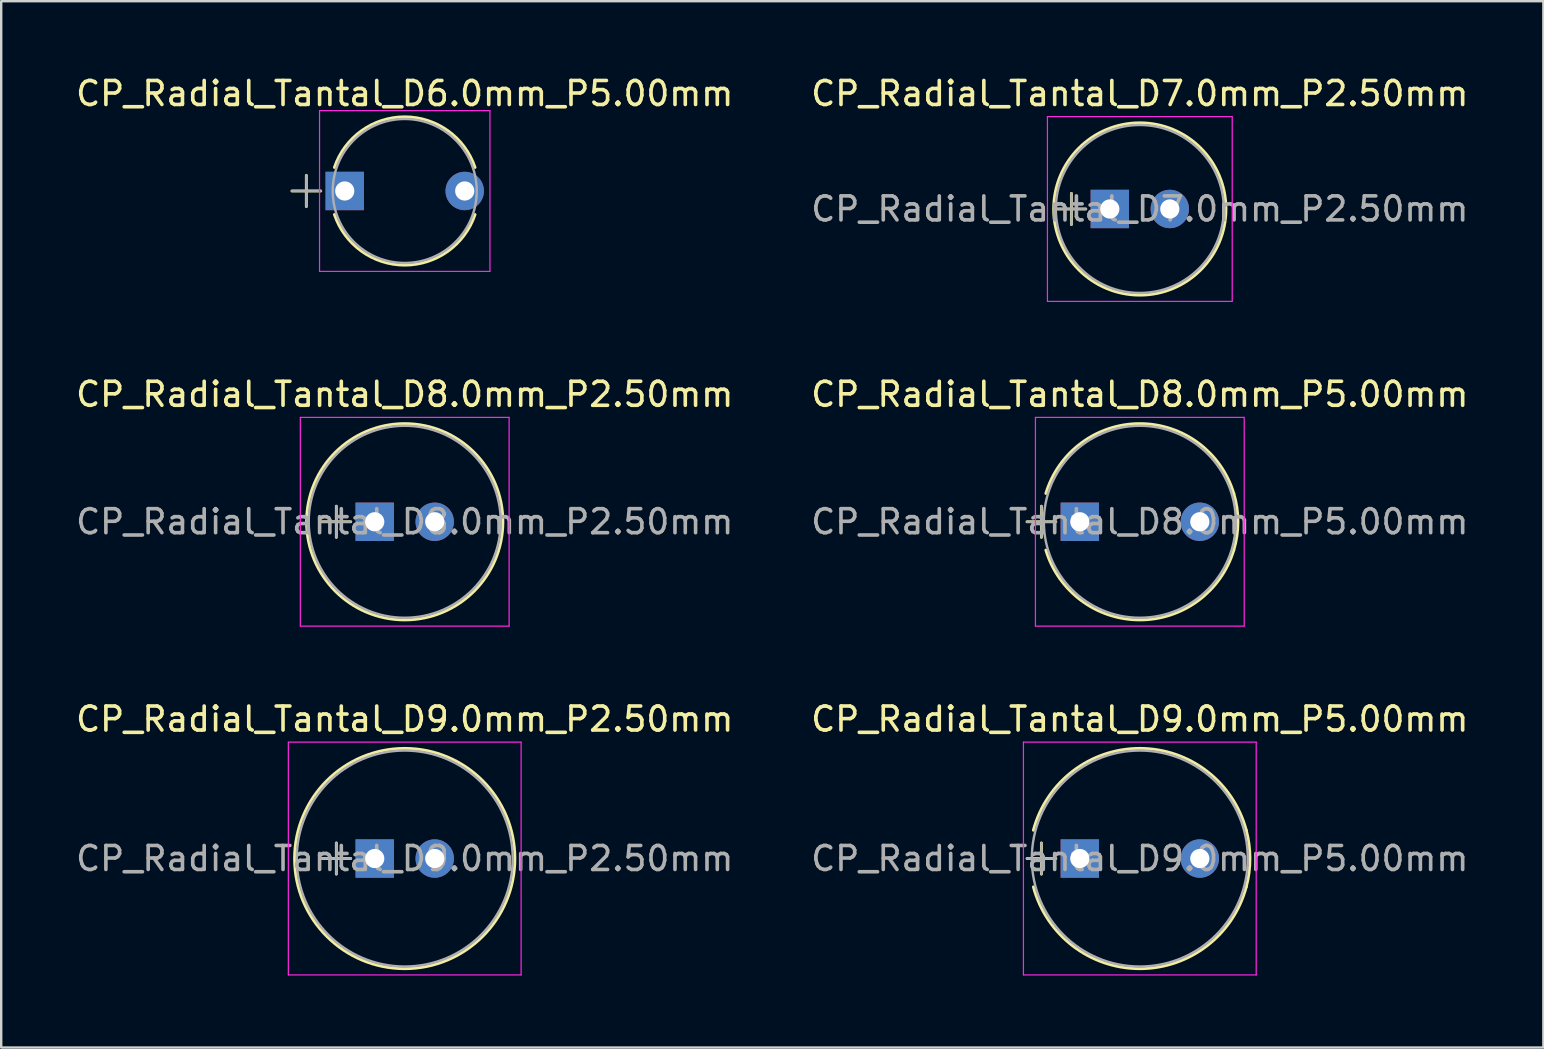
<source format=kicad_pcb>
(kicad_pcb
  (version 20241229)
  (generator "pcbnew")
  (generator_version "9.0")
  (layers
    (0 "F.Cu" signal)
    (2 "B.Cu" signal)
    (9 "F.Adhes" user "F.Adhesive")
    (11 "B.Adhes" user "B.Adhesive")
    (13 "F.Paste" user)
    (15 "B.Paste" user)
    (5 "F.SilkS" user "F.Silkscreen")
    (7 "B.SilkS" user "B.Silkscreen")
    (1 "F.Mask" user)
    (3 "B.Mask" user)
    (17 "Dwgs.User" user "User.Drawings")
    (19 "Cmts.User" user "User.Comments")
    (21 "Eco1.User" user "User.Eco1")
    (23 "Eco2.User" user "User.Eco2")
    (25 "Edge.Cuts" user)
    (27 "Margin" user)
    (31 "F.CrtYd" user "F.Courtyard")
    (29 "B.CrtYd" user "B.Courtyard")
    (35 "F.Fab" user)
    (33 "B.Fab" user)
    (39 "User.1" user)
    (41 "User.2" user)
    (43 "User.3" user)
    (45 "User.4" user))
  (footprint "CP_Radial_Tantal_D9.0mm_P2.50mm"
    (layer "F.Cu")
    (at 12.565 32.725)
    (property "Reference" "CP_Radial_Tantal_D9.0mm_P2.50mm" (at 1.25 -5.81 0) (layer "F.SilkS") (effects (font (size 1 1) (thickness 0.15))))
    (attr through_hole)
    (fp_line (start -2.2 0) (end -1 0) (stroke (width 0.12) (type solid)) (layer "F.SilkS"))
    (fp_line (start -1.6 -0.65) (end -1.6 0.65) (stroke (width 0.12) (type solid)) (layer "F.SilkS"))
    (fp_circle (center 1.25 0) (end 5.84 0) (stroke (width 0.12) (type solid)) (fill no) (layer "F.SilkS"))
    (fp_line (start -3.6 -4.85) (end -3.6 4.85) (stroke (width 0.05) (type solid)) (layer "F.CrtYd"))
    (fp_line (start -3.6 4.85) (end 6.1 4.85) (stroke (width 0.05) (type solid)) (layer "F.CrtYd"))
    (fp_line (start 6.1 -4.85) (end -3.6 -4.85) (stroke (width 0.05) (type solid)) (layer "F.CrtYd"))
    (fp_line (start 6.1 4.85) (end 6.1 -4.85) (stroke (width 0.05) (type solid)) (layer "F.CrtYd"))
    (fp_line (start -2.2 0) (end -1 0) (stroke (width 0.1) (type solid)) (layer "F.Fab"))
    (fp_line (start -1.6 -0.65) (end -1.6 0.65) (stroke (width 0.1) (type solid)) (layer "F.Fab"))
    (fp_circle (center 1.25 0) (end 5.75 0) (stroke (width 0.1) (type solid)) (fill no) (layer "F.Fab"))
    (fp_text user "${REFERENCE}" (at 1.25 0 0) (layer "F.Fab") (effects (font (size 1 1) (thickness 0.15))))
    (pad "1" thru_hole rect (at 0 0) (size 1.6 1.6) (drill 0.8) (layers "*.Cu" "*.Mask"))
    (pad "2" thru_hole circle (at 2.5 0) (size 1.6 1.6) (drill 0.8) (layers "*.Cu" "*.Mask")))
  (footprint "CP_Radial_Tantal_D8.0mm_P2.50mm"
    (layer "F.Cu")
    (at 12.565 18.692)
    (property "Reference" "CP_Radial_Tantal_D8.0mm_P2.50mm" (at 1.25 -5.31 0) (layer "F.SilkS") (effects (font (size 1 1) (thickness 0.15))))
    (attr through_hole)
    (fp_line (start -2.2 0) (end -1 0) (stroke (width 0.12) (type solid)) (layer "F.SilkS"))
    (fp_line (start -1.6 -0.65) (end -1.6 0.65) (stroke (width 0.12) (type solid)) (layer "F.SilkS"))
    (fp_circle (center 1.25 0) (end 5.34 0) (stroke (width 0.12) (type solid)) (fill no) (layer "F.SilkS"))
    (fp_line (start -3.1 -4.35) (end -3.1 4.35) (stroke (width 0.05) (type solid)) (layer "F.CrtYd"))
    (fp_line (start -3.1 4.35) (end 5.6 4.35) (stroke (width 0.05) (type solid)) (layer "F.CrtYd"))
    (fp_line (start 5.6 -4.35) (end -3.1 -4.35) (stroke (width 0.05) (type solid)) (layer "F.CrtYd"))
    (fp_line (start 5.6 4.35) (end 5.6 -4.35) (stroke (width 0.05) (type solid)) (layer "F.CrtYd"))
    (fp_line (start -2.2 0) (end -1 0) (stroke (width 0.1) (type solid)) (layer "F.Fab"))
    (fp_line (start -1.6 -0.65) (end -1.6 0.65) (stroke (width 0.1) (type solid)) (layer "F.Fab"))
    (fp_circle (center 1.25 0) (end 5.25 0) (stroke (width 0.1) (type solid)) (fill no) (layer "F.Fab"))
    (fp_text user "${REFERENCE}" (at 1.25 0 0) (layer "F.Fab") (effects (font (size 1 1) (thickness 0.15))))
    (pad "1" thru_hole rect (at 0 0) (size 1.6 1.6) (drill 0.8) (layers "*.Cu" "*.Mask"))
    (pad "2" thru_hole circle (at 2.5 0) (size 1.6 1.6) (drill 0.8) (layers "*.Cu" "*.Mask")))
  (footprint "CP_Radial_Tantal_D7.0mm_P2.50mm"
    (layer "F.Cu")
    (at 43.196 5.658)
    (property "Reference" "CP_Radial_Tantal_D7.0mm_P2.50mm" (at 1.25 -4.81 0) (layer "F.SilkS") (effects (font (size 1 1) (thickness 0.15))))
    (attr through_hole)
    (fp_line (start -2.2 0) (end -1 0) (stroke (width 0.12) (type solid)) (layer "F.SilkS"))
    (fp_line (start -1.6 -0.65) (end -1.6 0.65) (stroke (width 0.12) (type solid)) (layer "F.SilkS"))
    (fp_circle (center 1.25 0) (end 4.84 0) (stroke (width 0.12) (type solid)) (fill no) (layer "F.SilkS"))
    (fp_line (start -2.6 -3.85) (end -2.6 3.85) (stroke (width 0.05) (type solid)) (layer "F.CrtYd"))
    (fp_line (start -2.6 3.85) (end 5.1 3.85) (stroke (width 0.05) (type solid)) (layer "F.CrtYd"))
    (fp_line (start 5.1 -3.85) (end -2.6 -3.85) (stroke (width 0.05) (type solid)) (layer "F.CrtYd"))
    (fp_line (start 5.1 3.85) (end 5.1 -3.85) (stroke (width 0.05) (type solid)) (layer "F.CrtYd"))
    (fp_line (start -2.2 0) (end -1 0) (stroke (width 0.1) (type solid)) (layer "F.Fab"))
    (fp_line (start -1.6 -0.65) (end -1.6 0.65) (stroke (width 0.1) (type solid)) (layer "F.Fab"))
    (fp_circle (center 1.25 0) (end 4.75 0) (stroke (width 0.1) (type solid)) (fill no) (layer "F.Fab"))
    (fp_text user "${REFERENCE}" (at 1.25 0 0) (layer "F.Fab") (effects (font (size 1 1) (thickness 0.15))))
    (pad "1" thru_hole rect (at 0 0) (size 1.6 1.6) (drill 0.8) (layers "*.Cu" "*.Mask"))
    (pad "2" thru_hole circle (at 2.5 0) (size 1.6 1.6) (drill 0.8) (layers "*.Cu" "*.Mask")))
  (footprint "CP_Radial_Tantal_D9.0mm_P5.00mm"
    (layer "F.Cu")
    (at 41.946 32.725)
    (property "Reference" "CP_Radial_Tantal_D9.0mm_P5.00mm" (at 2.5 -5.81 0) (layer "F.SilkS") (effects (font (size 1 1) (thickness 0.15))))
    (attr through_hole)
    (fp_line (start -2.2 0) (end -1 0) (stroke (width 0.12) (type solid)) (layer "F.SilkS"))
    (fp_line (start -1.6 -0.65) (end -1.6 0.65) (stroke (width 0.12) (type solid)) (layer "F.SilkS"))
    (fp_arc (start -1.93573 -1.18) (mid 2.499752 -4.59) (end 6.935603 -1.180479) (stroke (width 0.12) (type solid)) (layer "F.SilkS"))
    (fp_arc (start 6.935603 1.180479) (mid 2.499752 4.59) (end -1.93573 1.18) (stroke (width 0.12) (type solid)) (layer "F.SilkS"))
    (fp_arc (start 6.93573 -1.18) (mid 7.09 0.000248) (end 6.935603 1.180479) (stroke (width 0.12) (type solid)) (layer "F.SilkS"))
    (fp_line (start -2.35 -4.85) (end -2.35 4.85) (stroke (width 0.05) (type solid)) (layer "F.CrtYd"))
    (fp_line (start -2.35 4.85) (end 7.35 4.85) (stroke (width 0.05) (type solid)) (layer "F.CrtYd"))
    (fp_line (start 7.35 -4.85) (end -2.35 -4.85) (stroke (width 0.05) (type solid)) (layer "F.CrtYd"))
    (fp_line (start 7.35 4.85) (end 7.35 -4.85) (stroke (width 0.05) (type solid)) (layer "F.CrtYd"))
    (fp_line (start -2.2 0) (end -1 0) (stroke (width 0.1) (type solid)) (layer "F.Fab"))
    (fp_line (start -1.6 -0.65) (end -1.6 0.65) (stroke (width 0.1) (type solid)) (layer "F.Fab"))
    (fp_circle (center 2.5 0) (end 7 0) (stroke (width 0.1) (type solid)) (fill no) (layer "F.Fab"))
    (fp_text user "${REFERENCE}" (at 2.5 0 0) (layer "F.Fab") (effects (font (size 1 1) (thickness 0.15))))
    (pad "1" thru_hole rect (at 0 0) (size 1.6 1.6) (drill 0.8) (layers "*.Cu" "*.Mask"))
    (pad "2" thru_hole circle (at 5 0) (size 1.6 1.6) (drill 0.8) (layers "*.Cu" "*.Mask")))
  (footprint "CP_Radial_Tantal_D8.0mm_P5.00mm"
    (layer "F.Cu")
    (at 41.946 18.692)
    (property "Reference" "CP_Radial_Tantal_D8.0mm_P5.00mm" (at 2.5 -5.31 0) (layer "F.SilkS") (effects (font (size 1 1) (thickness 0.15))))
    (attr through_hole)
    (fp_line (start -2.2 0) (end -1 0) (stroke (width 0.12) (type solid)) (layer "F.SilkS"))
    (fp_line (start -1.6 -0.65) (end -1.6 0.65) (stroke (width 0.12) (type solid)) (layer "F.SilkS"))
    (fp_arc (start -1.416082 -1.18) (mid 2.501334 -4.09) (end 6.416851 -1.177445) (stroke (width 0.12) (type solid)) (layer "F.SilkS"))
    (fp_arc (start 6.416082 -1.18) (mid 6.59 -0.001334) (end 6.416851 1.177445) (stroke (width 0.12) (type solid)) (layer "F.SilkS"))
    (fp_arc (start 6.416851 1.177445) (mid 2.501334 4.09) (end -1.416082 1.18) (stroke (width 0.12) (type solid)) (layer "F.SilkS"))
    (fp_line (start -1.85 -4.35) (end -1.85 4.35) (stroke (width 0.05) (type solid)) (layer "F.CrtYd"))
    (fp_line (start -1.85 4.35) (end 6.85 4.35) (stroke (width 0.05) (type solid)) (layer "F.CrtYd"))
    (fp_line (start 6.85 -4.35) (end -1.85 -4.35) (stroke (width 0.05) (type solid)) (layer "F.CrtYd"))
    (fp_line (start 6.85 4.35) (end 6.85 -4.35) (stroke (width 0.05) (type solid)) (layer "F.CrtYd"))
    (fp_line (start -2.2 0) (end -1 0) (stroke (width 0.1) (type solid)) (layer "F.Fab"))
    (fp_line (start -1.6 -0.65) (end -1.6 0.65) (stroke (width 0.1) (type solid)) (layer "F.Fab"))
    (fp_circle (center 2.5 0) (end 6.5 0) (stroke (width 0.1) (type solid)) (fill no) (layer "F.Fab"))
    (fp_text user "${REFERENCE}" (at 2.5 0 0) (layer "F.Fab") (effects (font (size 1 1) (thickness 0.15))))
    (pad "1" thru_hole rect (at 0 0) (size 1.6 1.6) (drill 0.8) (layers "*.Cu" "*.Mask"))
    (pad "2" thru_hole circle (at 5 0) (size 1.6 1.6) (drill 0.8) (layers "*.Cu" "*.Mask")))
  (footprint "CP_Radial_Tantal_D6.0mm_P5.00mm"
    (layer "F.Cu")
    (at 11.315 4.908)
    (property "Reference" "CP_Radial_Tantal_D6.0mm_P5.00mm" (at 2.5 -4.06 0) (layer "F.SilkS") (effects (font (size 1 1) (thickness 0.15))))
    (attr through_hole)
    (fp_line (start -2.2 0) (end -1 0) (stroke (width 0.12) (type solid)) (layer "F.SilkS"))
    (fp_line (start -1.6 -0.65) (end -1.6 0.65) (stroke (width 0.12) (type solid)) (layer "F.SilkS"))
    (fp_arc (start -0.430478 -0.98) (mid 2.499503 -3.09) (end 5.430163 -0.980943) (stroke (width 0.12) (type solid)) (layer "F.SilkS"))
    (fp_arc (start 5.430163 0.980943) (mid 2.499503 3.090001) (end -0.430478 0.98) (stroke (width 0.12) (type solid)) (layer "F.SilkS"))
    (fp_line (start -1.05 -3.35) (end -1.05 3.35) (stroke (width 0.05) (type solid)) (layer "F.CrtYd"))
    (fp_line (start -1.05 3.35) (end 6.05 3.35) (stroke (width 0.05) (type solid)) (layer "F.CrtYd"))
    (fp_line (start 6.05 -3.35) (end -1.05 -3.35) (stroke (width 0.05) (type solid)) (layer "F.CrtYd"))
    (fp_line (start 6.05 3.35) (end 6.05 -3.35) (stroke (width 0.05) (type solid)) (layer "F.CrtYd"))
    (fp_line (start -2.2 0) (end -1 0) (stroke (width 0.1) (type solid)) (layer "F.Fab"))
    (fp_line (start -1.6 -0.65) (end -1.6 0.65) (stroke (width 0.1) (type solid)) (layer "F.Fab"))
    (fp_circle (center 2.5 0) (end 5.5 0) (stroke (width 0.1) (type solid)) (fill no) (layer "F.Fab"))
    (pad "1" thru_hole rect (at 0 0) (size 1.6 1.6) (drill 0.8) (layers "*.Cu" "*.Mask"))
    (pad "2" thru_hole circle (at 5 0) (size 1.6 1.6) (drill 0.8) (layers "*.Cu" "*.Mask")))
  (gr_rect
    (start -3 -3)
    (end 61.262 40.6)
    (stroke (width 0.1) (type default))
    (fill no)
    (layer "Edge.Cuts")))
</source>
